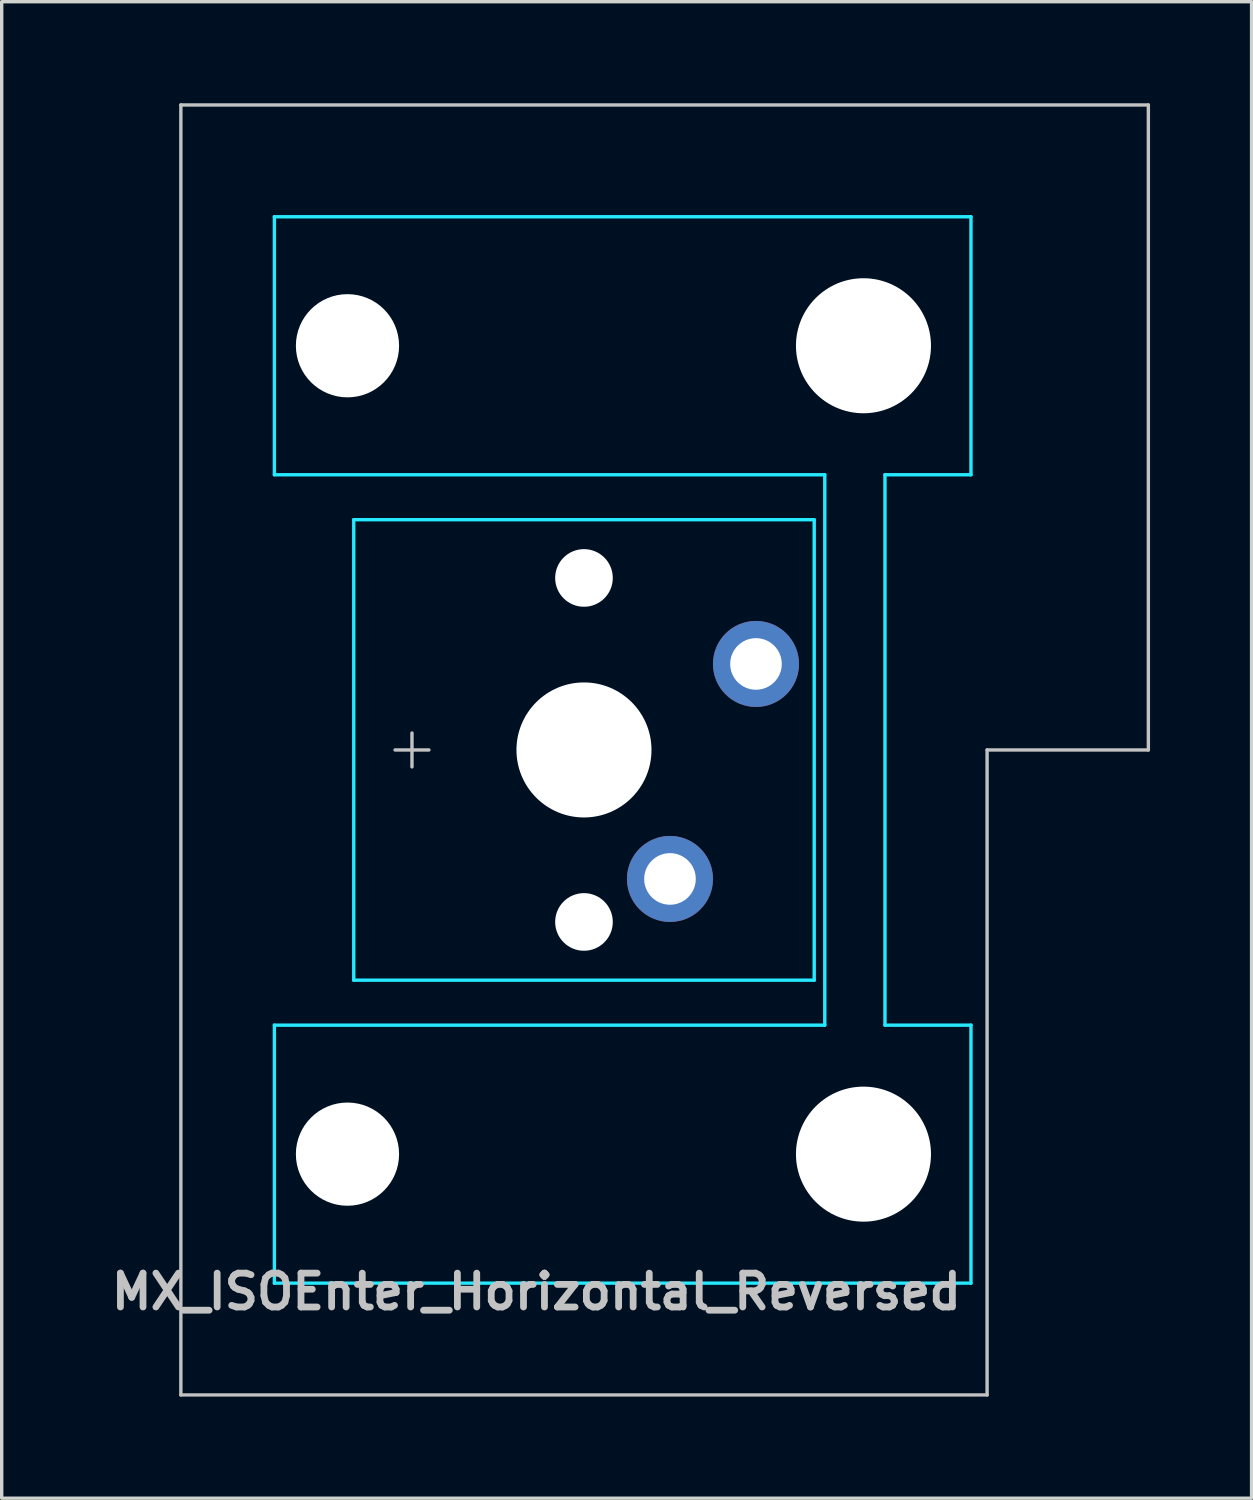
<source format=kicad_pcb>
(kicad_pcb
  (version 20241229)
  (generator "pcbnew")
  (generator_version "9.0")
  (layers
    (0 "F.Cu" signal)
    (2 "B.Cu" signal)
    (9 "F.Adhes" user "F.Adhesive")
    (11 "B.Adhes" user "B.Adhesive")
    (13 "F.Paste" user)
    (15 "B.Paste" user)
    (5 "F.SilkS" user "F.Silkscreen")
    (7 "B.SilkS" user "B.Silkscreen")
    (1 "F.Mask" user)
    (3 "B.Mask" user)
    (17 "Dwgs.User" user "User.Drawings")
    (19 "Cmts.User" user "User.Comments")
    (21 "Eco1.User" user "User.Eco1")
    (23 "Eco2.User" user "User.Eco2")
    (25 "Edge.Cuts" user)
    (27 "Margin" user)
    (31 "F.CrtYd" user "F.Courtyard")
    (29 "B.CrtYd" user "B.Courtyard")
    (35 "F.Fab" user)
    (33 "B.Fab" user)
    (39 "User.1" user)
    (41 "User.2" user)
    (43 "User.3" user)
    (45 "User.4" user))
  (footprint "MX_ISOEnter_Horizontal_Reversed"
    (layer "F.Cu")
    (at 14.198 19.1)
    (property "Reference" "MX_ISOEnter_Horizontal_Reversed" (at 11.25 16 0) (layer "Dwgs.User") (effects (font (size 1 1) (thickness 0.2)) (justify right)))
    (fp_line (start -11.906 19.05) (end -11.906 -19.05) (stroke (width 0.1) (type solid)) (layer "Dwgs.User"))
    (fp_line (start -5.58 0) (end -4.58 0) (stroke (width 0.1) (type solid)) (layer "Dwgs.User"))
    (fp_line (start -5.08 0.5) (end -5.08 -0.5) (stroke (width 0.1) (type solid)) (layer "Dwgs.User"))
    (fp_line (start 11.906 19.05) (end -11.906 19.05) (stroke (width 0.1) (type solid)) (layer "Dwgs.User"))
    (fp_line (start 11.906 19.05) (end 11.906 0) (stroke (width 0.1) (type solid)) (layer "Dwgs.User"))
    (fp_line (start 16.669 -19.05) (end -11.906 -19.05) (stroke (width 0.1) (type solid)) (layer "Dwgs.User"))
    (fp_line (start 16.669 0) (end 11.906 0) (stroke (width 0.1) (type solid)) (layer "Dwgs.User"))
    (fp_line (start 16.669 0) (end 16.669 -19.05) (stroke (width 0.1) (type solid)) (layer "Dwgs.User"))
    (fp_line (start -7 -6.5) (end -7 6.5) (stroke (width 0.1) (type solid)) (layer "Eco1.User"))
    (fp_line (start -6.5 7) (end 6.5 7) (stroke (width 0.1) (type solid)) (layer "Eco1.User"))
    (fp_line (start -5.985 -8.938) (end -5.985 -14.938) (stroke (width 0.1) (type solid)) (layer "Eco1.User"))
    (fp_line (start -5.985 14.938) (end -5.985 8.938) (stroke (width 0.1) (type solid)) (layer "Eco1.User"))
    (fp_line (start -5.485 -8.438) (end 8.515 -8.438) (stroke (width 0.1) (type solid)) (layer "Eco1.User"))
    (fp_line (start -5.485 15.438) (end 8.515 15.438) (stroke (width 0.1) (type solid)) (layer "Eco1.User"))
    (fp_line (start 6.5 -7) (end -6.5 -7) (stroke (width 0.1) (type solid)) (layer "Eco1.User"))
    (fp_line (start 7 6.5) (end 7 -6.5) (stroke (width 0.1) (type solid)) (layer "Eco1.User"))
    (fp_line (start 8.515 -15.438) (end -5.485 -15.438) (stroke (width 0.1) (type solid)) (layer "Eco1.User"))
    (fp_line (start 8.515 8.438) (end -5.485 8.438) (stroke (width 0.1) (type solid)) (layer "Eco1.User"))
    (fp_line (start 9.015 -14.938) (end 9.015 -8.938) (stroke (width 0.1) (type solid)) (layer "Eco1.User"))
    (fp_line (start 9.015 8.938) (end 9.015 14.938) (stroke (width 0.1) (type solid)) (layer "Eco1.User"))
    (fp_arc (start -7 -6.5) (mid -6.853553 -6.853553) (end -6.5 -7) (stroke (width 0.1) (type solid)) (layer "Eco1.User"))
    (fp_arc (start -6.5 7) (mid -6.853553 6.853553) (end -7 6.5) (stroke (width 0.1) (type solid)) (layer "Eco1.User"))
    (fp_arc (start -5.985 -14.938) (mid -5.838553 -15.291553) (end -5.485 -15.438) (stroke (width 0.1) (type solid)) (layer "Eco1.User"))
    (fp_arc (start -5.985 8.938) (mid -5.838553 8.584447) (end -5.485 8.438) (stroke (width 0.1) (type solid)) (layer "Eco1.User"))
    (fp_arc (start -5.485 -8.438) (mid -5.838553 -8.584447) (end -5.985 -8.938) (stroke (width 0.1) (type solid)) (layer "Eco1.User"))
    (fp_arc (start -5.485 15.438) (mid -5.838553 15.291553) (end -5.985 14.938) (stroke (width 0.1) (type solid)) (layer "Eco1.User"))
    (fp_arc (start 6.5 -7) (mid 6.853553 -6.853553) (end 7 -6.5) (stroke (width 0.1) (type solid)) (layer "Eco1.User"))
    (fp_arc (start 7 6.5) (mid 6.853553 6.853553) (end 6.5 7) (stroke (width 0.1) (type solid)) (layer "Eco1.User"))
    (fp_arc (start 8.515 -15.438) (mid 8.868553 -15.291553) (end 9.015 -14.938) (stroke (width 0.1) (type solid)) (layer "Eco1.User"))
    (fp_arc (start 8.515 8.438) (mid 8.868553 8.584447) (end 9.015 8.938) (stroke (width 0.1) (type solid)) (layer "Eco1.User"))
    (fp_arc (start 9.015 -8.938) (mid 8.868553 -8.584447) (end 8.515 -8.438) (stroke (width 0.1) (type solid)) (layer "Eco1.User"))
    (fp_arc (start 9.015 14.938) (mid 8.868553 15.291553) (end 8.515 15.438) (stroke (width 0.1) (type solid)) (layer "Eco1.User"))
    (fp_line (start -9.144 -15.748) (end 11.43 -15.748) (stroke (width 0.1) (type solid)) (layer "B.CrtYd"))
    (fp_line (start -9.144 -8.128) (end -9.144 -15.748) (stroke (width 0.1) (type solid)) (layer "B.CrtYd"))
    (fp_line (start -9.144 -8.128) (end 7.112 -8.128) (stroke (width 0.1) (type solid)) (layer "B.CrtYd"))
    (fp_line (start -9.144 8.128) (end 7.112 8.128) (stroke (width 0.1) (type solid)) (layer "B.CrtYd"))
    (fp_line (start -9.144 15.748) (end -9.144 8.128) (stroke (width 0.1) (type solid)) (layer "B.CrtYd"))
    (fp_line (start -6.8 -6.8) (end 6.8 -6.8) (stroke (width 0.1) (type solid)) (layer "B.CrtYd"))
    (fp_line (start -6.8 6.8) (end -6.8 -6.8) (stroke (width 0.1) (type solid)) (layer "B.CrtYd"))
    (fp_line (start -6.8 6.8) (end 6.8 6.8) (stroke (width 0.1) (type solid)) (layer "B.CrtYd"))
    (fp_line (start 6.8 6.8) (end 6.8 -6.8) (stroke (width 0.1) (type solid)) (layer "B.CrtYd"))
    (fp_line (start 7.112 8.128) (end 7.112 -8.128) (stroke (width 0.1) (type solid)) (layer "B.CrtYd"))
    (fp_line (start 8.89 8.128) (end 8.89 -8.128) (stroke (width 0.1) (type solid)) (layer "B.CrtYd"))
    (fp_line (start 11.43 -15.748) (end 11.43 -8.128) (stroke (width 0.1) (type solid)) (layer "B.CrtYd"))
    (fp_line (start 11.43 -8.128) (end 8.89 -8.128) (stroke (width 0.1) (type solid)) (layer "B.CrtYd"))
    (fp_line (start 11.43 8.128) (end 8.89 8.128) (stroke (width 0.1) (type solid)) (layer "B.CrtYd"))
    (fp_line (start 11.43 8.128) (end 11.43 15.748) (stroke (width 0.1) (type solid)) (layer "B.CrtYd"))
    (fp_line (start 11.43 15.748) (end -9.144 15.748) (stroke (width 0.1) (type solid)) (layer "B.CrtYd"))
    (pad "" np_thru_hole circle (at -6.985 -11.938 90) (size 3.048 3.048) (drill 3.048) (layers "*.Cu" "*.Mask"))
    (pad "" np_thru_hole circle (at -6.985 11.938 90) (size 3.048 3.048) (drill 3.048) (layers "*.Cu" "*.Mask"))
    (pad "" np_thru_hole circle (at 0 -5.08 270) (size 1.702 1.702) (drill 1.702) (layers "*.Cu" "*.Mask"))
    (pad "" np_thru_hole circle (at 0 0 270) (size 3.988 3.988) (drill 3.988) (layers "*.Cu" "*.Mask"))
    (pad "" np_thru_hole circle (at 0 5.08 270) (size 1.702 1.702) (drill 1.702) (layers "*.Cu" "*.Mask"))
    (pad "" connect circle (at 2.54 3.81 270) (size 1.524 1.524) (layers "B.Mask"))
    (pad "" connect circle (at 5.08 -2.54 270) (size 1.524 1.524) (layers "B.Mask"))
    (pad "" np_thru_hole circle (at 8.255 -11.938 90) (size 3.988 3.988) (drill 3.988) (layers "*.Cu" "*.Mask"))
    (pad "" np_thru_hole circle (at 8.255 11.938 90) (size 3.988 3.988) (drill 3.988) (layers "*.Cu" "*.Mask"))
    (pad "1" thru_hole circle (at 5.08 -2.54 270) (size 2.54 2.54) (drill 1.524) (layers "*.Cu" "F.Mask"))
    (pad "2" thru_hole circle (at 2.54 3.81 270) (size 2.54 2.54) (drill 1.524) (layers "*.Cu" "F.Mask")))
  (gr_rect
    (start -3 -3)
    (end 33.916 41.2)
    (stroke (width 0.1) (type default))
    (fill no)
    (layer "Edge.Cuts")))
</source>
